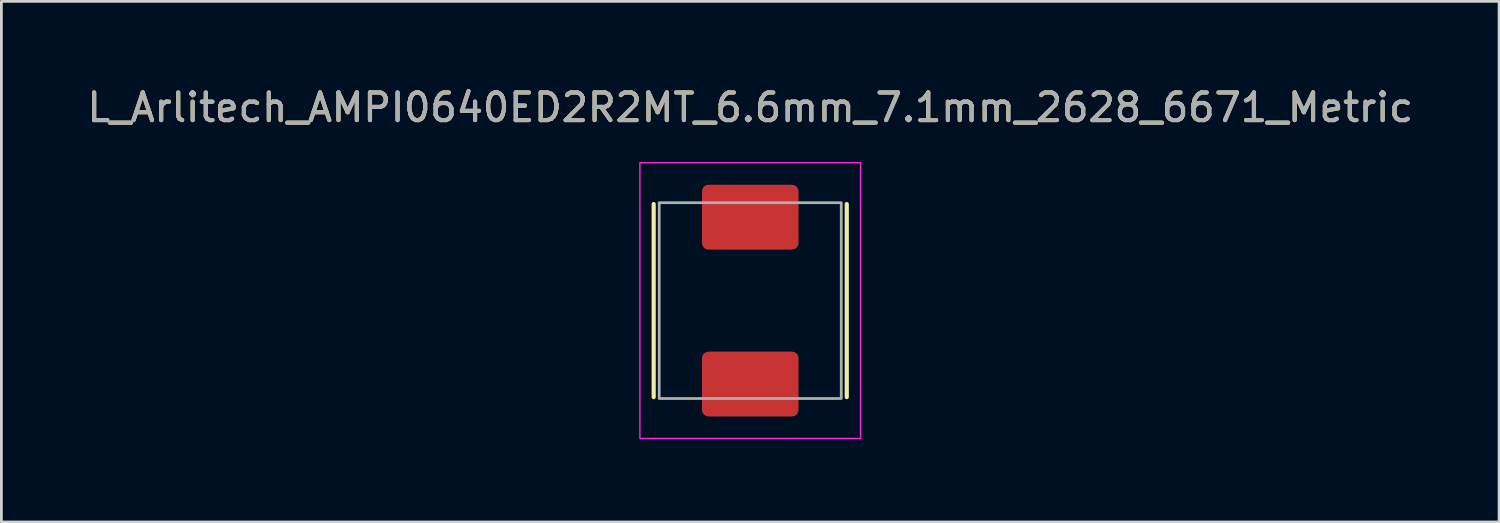
<source format=kicad_pcb>
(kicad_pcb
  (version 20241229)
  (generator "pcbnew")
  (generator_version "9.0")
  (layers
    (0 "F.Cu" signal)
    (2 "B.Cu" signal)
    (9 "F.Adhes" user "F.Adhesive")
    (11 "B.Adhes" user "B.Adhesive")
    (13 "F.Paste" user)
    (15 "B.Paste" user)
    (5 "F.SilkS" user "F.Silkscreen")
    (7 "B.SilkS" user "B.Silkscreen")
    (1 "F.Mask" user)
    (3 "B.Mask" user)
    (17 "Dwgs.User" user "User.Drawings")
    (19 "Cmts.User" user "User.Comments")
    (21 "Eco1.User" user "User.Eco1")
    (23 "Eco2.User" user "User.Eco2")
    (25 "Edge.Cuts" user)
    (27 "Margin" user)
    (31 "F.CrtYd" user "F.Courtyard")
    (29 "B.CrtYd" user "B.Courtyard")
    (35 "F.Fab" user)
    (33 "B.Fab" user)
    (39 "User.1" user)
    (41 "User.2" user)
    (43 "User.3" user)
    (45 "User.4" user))
  (footprint "L_Arlitech_AMPI0640ED2R2MT_6.6mm_7.1mm_2628_6671_Metric"
    (layer "F.Cu")
    (at 24.149 7.848)
    (property "Reference" "L_Arlitech_AMPI0640ED2R2MT_6.6mm_7.1mm_2628_6671_Metric" (at 0 -7 0) (unlocked yes) (layer "F.SilkS") (effects (font (size 1 1) (thickness 0.15))))
    (attr smd)
    (fp_line (start -3.5 -3.5) (end -3.5 3.5) (stroke (width 0.15) (type default)) (layer "F.SilkS"))
    (fp_line (start 3.5 -3.5) (end 3.5 3.5) (stroke (width 0.15) (type default)) (layer "F.SilkS"))
    (fp_rect (start -4 -5) (end 4 5) (stroke (width 0.05) (type default)) (fill no) (layer "F.CrtYd"))
    (fp_rect (start -3.3 -3.55) (end 3.3 3.55) (stroke (width 0.1) (type solid)) (fill no) (layer "F.Fab"))
    (fp_text user "${REFERENCE}" (at 0 -7 0) (unlocked yes) (layer "F.Fab") (effects (font (size 1 1) (thickness 0.15))))
    (pad "1" smd roundrect (at 0 -3.025) (size 3.5 2.35) (layers "F.Cu" "F.Mask" "F.Paste") (roundrect_rratio 0.1))
    (pad "2" smd roundrect (at 0 3.025) (size 3.5 2.35) (layers "F.Cu" "F.Mask" "F.Paste") (roundrect_rratio 0.1)))
  (gr_rect
    (start -3 -3)
    (end 51.298 15.873)
    (stroke (width 0.1) (type default))
    (fill no)
    (layer "Edge.Cuts")))
</source>
